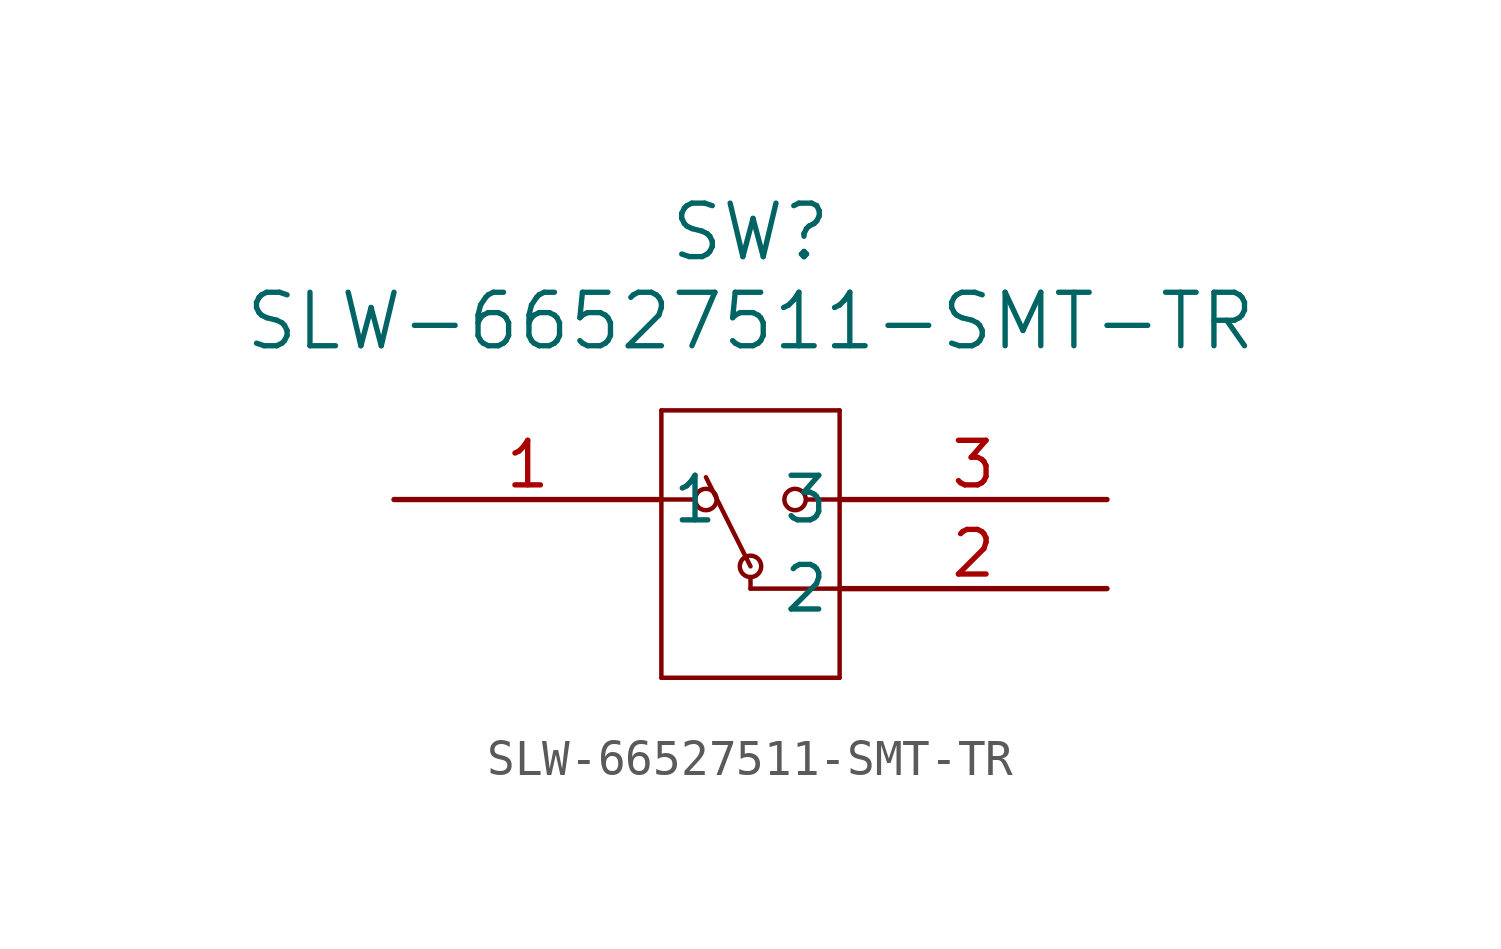
<source format=kicad_sym>
(kicad_symbol_lib
  (version 20211014)
  (generator kicad_symbol_editor)
  (symbol "SLW-66527511-SMT-TR"
    (pin_names
      (offset 0.254))
    (property "Reference" "SW"
      (at 10.16 7.62 0)
      (effects (font (size 1.524 1.524))))
    (property "Value" "SLW-66527511-SMT-TR"
      (at 10.16 5.08 0)
      (effects (font (size 1.524 1.524))))
    (symbol "SLW-66527511-SMT-TR_0_1"
      (polyline (pts (xy 7.62 2.54) (xy 7.62 -5.08)) (stroke (width 0.127) (type default) (color 0 0 0 0)) (fill (type none)))
      (polyline (pts (xy 7.62 -5.08) (xy 12.7 -5.08)) (stroke (width 0.127) (type default) (color 0 0 0 0)) (fill (type none)))
      (polyline (pts (xy 12.7 -5.08) (xy 12.7 2.54)) (stroke (width 0.127) (type default) (color 0 0 0 0)) (fill (type none)))
      (polyline (pts (xy 12.7 2.54) (xy 7.62 2.54)) (stroke (width 0.127) (type default) (color 0 0 0 0)) (fill (type none)))
      (polyline (pts (xy 7.62 0) (xy 8.572 0)) (stroke (width 0.127) (type default) (color 0 0 0 0)) (fill (type none)))
      (polyline (pts (xy 11.748 0) (xy 12.7 0)) (stroke (width 0.127) (type default) (color 0 0 0 0)) (fill (type none)))
      (polyline (pts (xy 10.16 -2.54) (xy 12.7 -2.54)) (stroke (width 0.127) (type default) (color 0 0 0 0)) (fill (type none)))
      (polyline (pts (xy 10.16 -2.54) (xy 10.16 -2.21)) (stroke (width 0.127) (type default) (color 0 0 0 0)) (fill (type none)))
      (circle (center 8.89 0) (radius 0.305) (stroke (width 0.127) (type default) (color 0 0 0 0)) (fill (type none)))
      (circle (center 11.43 0) (radius 0.305) (stroke (width 0.127) (type default) (color 0 0 0 0)) (fill (type none)))
      (circle (center 10.16 -1.905) (radius 0.305) (stroke (width 0.127) (type default) (color 0 0 0 0)) (fill (type none)))
      (polyline (pts (xy 10.16 -1.905) (xy 8.89 0.635)) (stroke (width 0.127) (type default) (color 0 0 0 0)) (fill (type none)))
      (pin unspecified line (at 0 0 0) (length 7.62) (name "1" (effects (font (size 1.27 1.27)))) (number "1" (effects (font (size 1.27 1.27)))))
      (pin unspecified line (at 20.32 -2.54 180) (length 7.62) (name "2" (effects (font (size 1.27 1.27)))) (number "2" (effects (font (size 1.27 1.27)))))
      (pin unspecified line (at 20.32 0 180) (length 7.62) (name "3" (effects (font (size 1.27 1.27)))) (number "3" (effects (font (size 1.27 1.27))))))))
</source>
